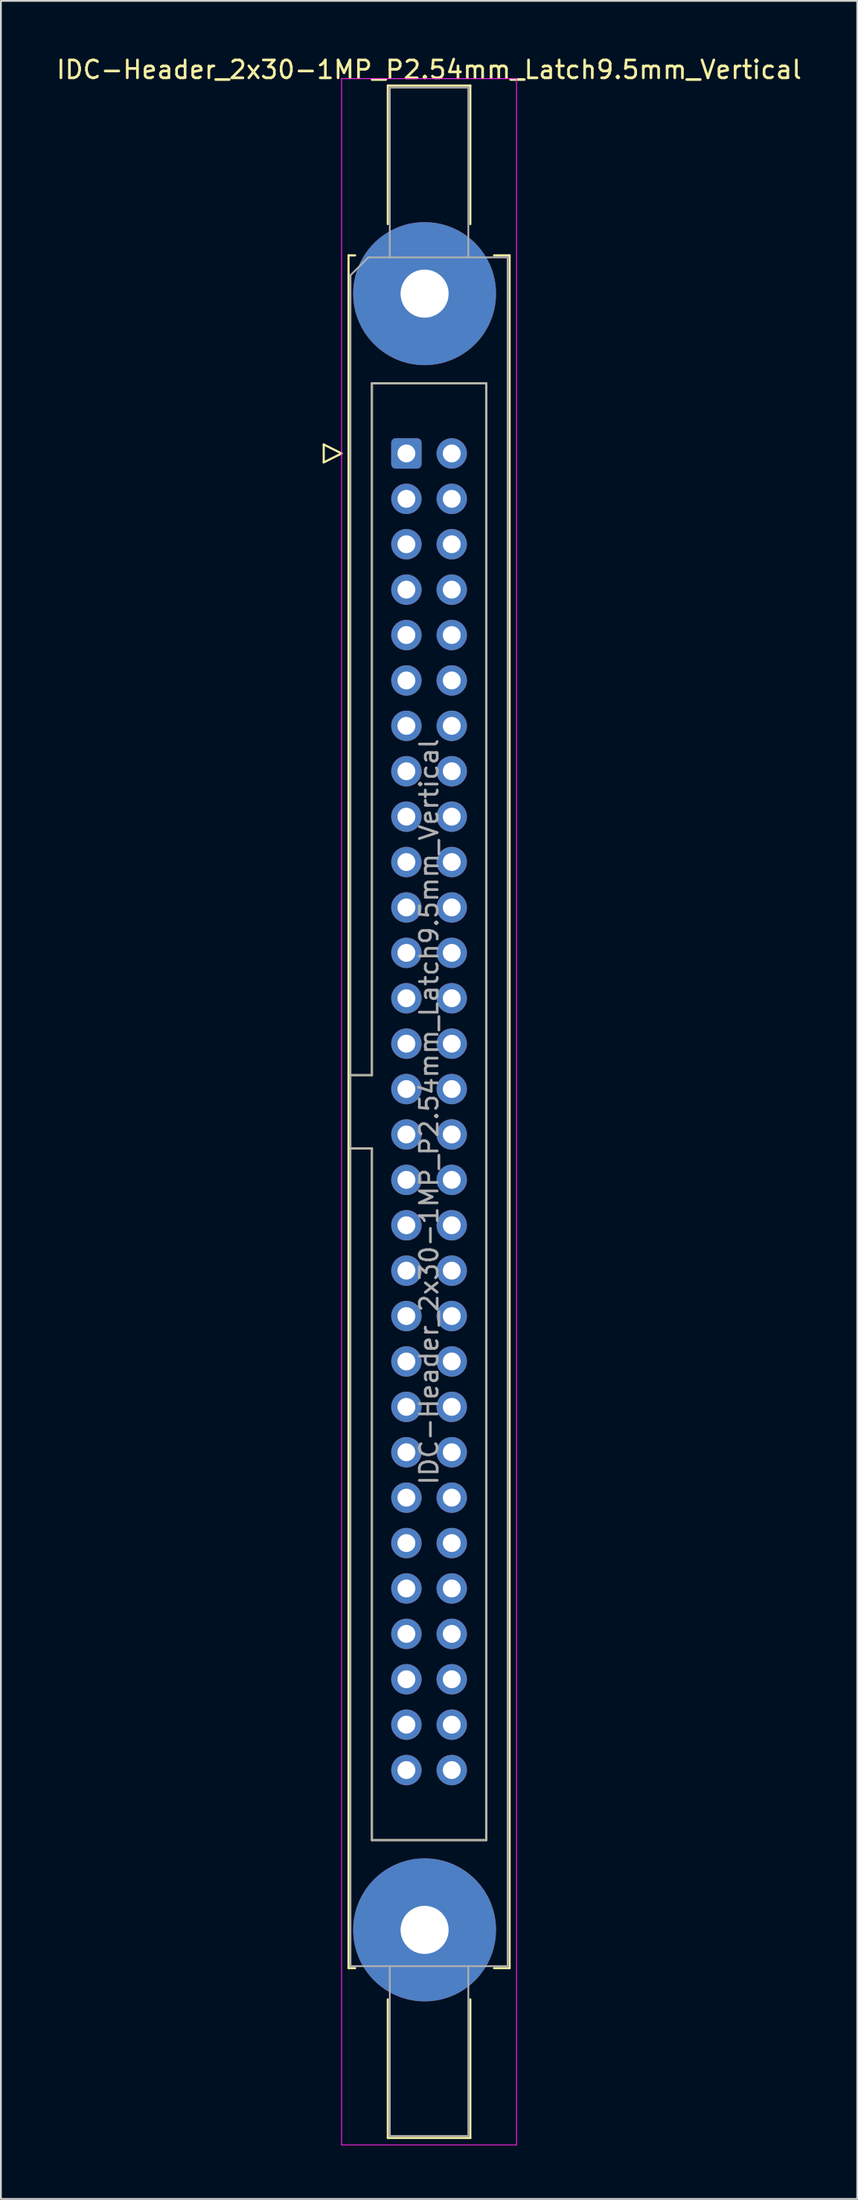
<source format=kicad_pcb>
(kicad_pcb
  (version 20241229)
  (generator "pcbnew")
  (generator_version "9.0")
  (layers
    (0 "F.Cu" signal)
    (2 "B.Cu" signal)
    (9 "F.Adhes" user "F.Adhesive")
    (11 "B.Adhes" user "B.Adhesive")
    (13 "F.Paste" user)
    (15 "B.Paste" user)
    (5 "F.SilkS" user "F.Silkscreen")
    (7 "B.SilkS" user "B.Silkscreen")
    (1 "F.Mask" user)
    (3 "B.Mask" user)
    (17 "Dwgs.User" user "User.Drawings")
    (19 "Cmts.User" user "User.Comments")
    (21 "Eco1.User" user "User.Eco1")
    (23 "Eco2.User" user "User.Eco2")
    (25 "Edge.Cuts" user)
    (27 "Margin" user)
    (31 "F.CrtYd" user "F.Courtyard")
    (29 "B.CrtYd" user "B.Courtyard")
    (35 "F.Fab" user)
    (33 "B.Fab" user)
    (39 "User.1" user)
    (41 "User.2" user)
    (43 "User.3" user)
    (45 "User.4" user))
  (footprint "IDC-Header_2x30-1MP_P2.54mm_Latch9.5mm_Vertical"
    (layer "F.Cu")
    (at 19.712 22.318)
    (property "Reference" "IDC-Header_2x30-1MP_P2.54mm_Latch9.5mm_Vertical" (at 1.27 -21.47 0) (layer "F.SilkS") (effects (font (size 1 1) (thickness 0.15))))
    (attr through_hole)
    (fp_line (start -4.63 -0.5) (end -4.63 0.5) (stroke (width 0.12) (type solid)) (layer "F.SilkS"))
    (fp_line (start -4.63 0.5) (end -3.63 0) (stroke (width 0.12) (type solid)) (layer "F.SilkS"))
    (fp_line (start -3.63 0) (end -4.63 -0.5) (stroke (width 0.12) (type solid)) (layer "F.SilkS"))
    (fp_line (start -3.24 -11.08) (end -3.24 84.74) (stroke (width 0.12) (type solid)) (layer "F.SilkS"))
    (fp_line (start -3.24 34.78) (end -1.93 34.78) (stroke (width 0.12) (type solid)) (layer "F.SilkS"))
    (fp_line (start -3.24 84.74) (end -2.87 84.74) (stroke (width 0.12) (type solid)) (layer "F.SilkS"))
    (fp_line (start -2.87 -11.08) (end -3.24 -11.08) (stroke (width 0.12) (type solid)) (layer "F.SilkS"))
    (fp_line (start -1.93 -3.92) (end 4.47 -3.92) (stroke (width 0.12) (type solid)) (layer "F.SilkS"))
    (fp_line (start -1.93 34.78) (end -1.93 -3.92) (stroke (width 0.12) (type solid)) (layer "F.SilkS"))
    (fp_line (start -1.93 38.88) (end -3.24 38.88) (stroke (width 0.12) (type solid)) (layer "F.SilkS"))
    (fp_line (start -1.93 77.58) (end -1.93 38.88) (stroke (width 0.12) (type solid)) (layer "F.SilkS"))
    (fp_line (start -1.04 -20.58) (end 3.58 -20.58) (stroke (width 0.12) (type solid)) (layer "F.SilkS"))
    (fp_line (start -1.04 -12.83) (end -1.04 -20.58) (stroke (width 0.12) (type solid)) (layer "F.SilkS"))
    (fp_line (start -1.04 86.49) (end -1.04 94.24) (stroke (width 0.12) (type solid)) (layer "F.SilkS"))
    (fp_line (start -1.04 94.24) (end 3.58 94.24) (stroke (width 0.12) (type solid)) (layer "F.SilkS"))
    (fp_line (start 3.58 -20.58) (end 3.58 -12.83) (stroke (width 0.12) (type solid)) (layer "F.SilkS"))
    (fp_line (start 3.58 94.24) (end 3.58 86.49) (stroke (width 0.12) (type solid)) (layer "F.SilkS"))
    (fp_line (start 4.47 -3.92) (end 4.47 77.58) (stroke (width 0.12) (type solid)) (layer "F.SilkS"))
    (fp_line (start 4.47 77.58) (end -1.93 77.58) (stroke (width 0.12) (type solid)) (layer "F.SilkS"))
    (fp_line (start 4.91 -11.08) (end 5.78 -11.08) (stroke (width 0.12) (type solid)) (layer "F.SilkS"))
    (fp_line (start 5.78 -11.08) (end 5.78 84.74) (stroke (width 0.12) (type solid)) (layer "F.SilkS"))
    (fp_line (start 5.78 84.74) (end 4.91 84.74) (stroke (width 0.12) (type solid)) (layer "F.SilkS"))
    (fp_line (start -3.63 -20.97) (end -3.63 94.63) (stroke (width 0.05) (type solid)) (layer "F.CrtYd"))
    (fp_line (start -3.63 94.63) (end 6.17 94.63) (stroke (width 0.05) (type solid)) (layer "F.CrtYd"))
    (fp_line (start 6.17 -20.97) (end -3.63 -20.97) (stroke (width 0.05) (type solid)) (layer "F.CrtYd"))
    (fp_line (start 6.17 94.63) (end 6.17 -20.97) (stroke (width 0.05) (type solid)) (layer "F.CrtYd"))
    (fp_line (start -3.13 -9.97) (end -2.13 -10.97) (stroke (width 0.1) (type solid)) (layer "F.Fab"))
    (fp_line (start -3.13 34.78) (end -1.93 34.78) (stroke (width 0.1) (type solid)) (layer "F.Fab"))
    (fp_line (start -3.13 84.63) (end -3.13 -9.97) (stroke (width 0.1) (type solid)) (layer "F.Fab"))
    (fp_line (start -2.13 -10.97) (end 5.67 -10.97) (stroke (width 0.1) (type solid)) (layer "F.Fab"))
    (fp_line (start -1.93 -3.92) (end 4.47 -3.92) (stroke (width 0.1) (type solid)) (layer "F.Fab"))
    (fp_line (start -1.93 34.78) (end -1.93 -3.92) (stroke (width 0.1) (type solid)) (layer "F.Fab"))
    (fp_line (start -1.93 38.88) (end -3.13 38.88) (stroke (width 0.1) (type solid)) (layer "F.Fab"))
    (fp_line (start -1.93 77.58) (end -1.93 38.88) (stroke (width 0.1) (type solid)) (layer "F.Fab"))
    (fp_line (start -0.93 -20.47) (end 3.47 -20.47) (stroke (width 0.1) (type solid)) (layer "F.Fab"))
    (fp_line (start -0.93 -10.97) (end -0.93 -20.47) (stroke (width 0.1) (type solid)) (layer "F.Fab"))
    (fp_line (start -0.93 84.63) (end -0.93 94.13) (stroke (width 0.1) (type solid)) (layer "F.Fab"))
    (fp_line (start -0.93 94.13) (end 3.47 94.13) (stroke (width 0.1) (type solid)) (layer "F.Fab"))
    (fp_line (start 3.47 -20.47) (end 3.47 -10.97) (stroke (width 0.1) (type solid)) (layer "F.Fab"))
    (fp_line (start 3.47 94.13) (end 3.47 84.63) (stroke (width 0.1) (type solid)) (layer "F.Fab"))
    (fp_line (start 4.47 -3.92) (end 4.47 77.58) (stroke (width 0.1) (type solid)) (layer "F.Fab"))
    (fp_line (start 4.47 77.58) (end -1.93 77.58) (stroke (width 0.1) (type solid)) (layer "F.Fab"))
    (fp_line (start 5.67 -10.97) (end 5.67 84.63) (stroke (width 0.1) (type solid)) (layer "F.Fab"))
    (fp_line (start 5.67 84.63) (end -3.13 84.63) (stroke (width 0.1) (type solid)) (layer "F.Fab"))
    (fp_text user "${REFERENCE}" (at 1.27 36.83 90) (layer "F.Fab") (effects (font (size 1 1) (thickness 0.15))))
    (pad "1" thru_hole roundrect (at 0 0) (size 1.7 1.7) (drill 1) (layers "*.Cu" "*.Mask") (roundrect_rratio 0.147))
    (pad "2" thru_hole circle (at 2.54 0) (size 1.7 1.7) (drill 1) (layers "*.Cu" "*.Mask"))
    (pad "3" thru_hole circle (at 0 2.54) (size 1.7 1.7) (drill 1) (layers "*.Cu" "*.Mask"))
    (pad "4" thru_hole circle (at 2.54 2.54) (size 1.7 1.7) (drill 1) (layers "*.Cu" "*.Mask"))
    (pad "5" thru_hole circle (at 0 5.08) (size 1.7 1.7) (drill 1) (layers "*.Cu" "*.Mask"))
    (pad "6" thru_hole circle (at 2.54 5.08) (size 1.7 1.7) (drill 1) (layers "*.Cu" "*.Mask"))
    (pad "7" thru_hole circle (at 0 7.62) (size 1.7 1.7) (drill 1) (layers "*.Cu" "*.Mask"))
    (pad "8" thru_hole circle (at 2.54 7.62) (size 1.7 1.7) (drill 1) (layers "*.Cu" "*.Mask"))
    (pad "9" thru_hole circle (at 0 10.16) (size 1.7 1.7) (drill 1) (layers "*.Cu" "*.Mask"))
    (pad "10" thru_hole circle (at 2.54 10.16) (size 1.7 1.7) (drill 1) (layers "*.Cu" "*.Mask"))
    (pad "11" thru_hole circle (at 0 12.7) (size 1.7 1.7) (drill 1) (layers "*.Cu" "*.Mask"))
    (pad "12" thru_hole circle (at 2.54 12.7) (size 1.7 1.7) (drill 1) (layers "*.Cu" "*.Mask"))
    (pad "13" thru_hole circle (at 0 15.24) (size 1.7 1.7) (drill 1) (layers "*.Cu" "*.Mask"))
    (pad "14" thru_hole circle (at 2.54 15.24) (size 1.7 1.7) (drill 1) (layers "*.Cu" "*.Mask"))
    (pad "15" thru_hole circle (at 0 17.78) (size 1.7 1.7) (drill 1) (layers "*.Cu" "*.Mask"))
    (pad "16" thru_hole circle (at 2.54 17.78) (size 1.7 1.7) (drill 1) (layers "*.Cu" "*.Mask"))
    (pad "17" thru_hole circle (at 0 20.32) (size 1.7 1.7) (drill 1) (layers "*.Cu" "*.Mask"))
    (pad "18" thru_hole circle (at 2.54 20.32) (size 1.7 1.7) (drill 1) (layers "*.Cu" "*.Mask"))
    (pad "19" thru_hole circle (at 0 22.86) (size 1.7 1.7) (drill 1) (layers "*.Cu" "*.Mask"))
    (pad "20" thru_hole circle (at 2.54 22.86) (size 1.7 1.7) (drill 1) (layers "*.Cu" "*.Mask"))
    (pad "21" thru_hole circle (at 0 25.4) (size 1.7 1.7) (drill 1) (layers "*.Cu" "*.Mask"))
    (pad "22" thru_hole circle (at 2.54 25.4) (size 1.7 1.7) (drill 1) (layers "*.Cu" "*.Mask"))
    (pad "23" thru_hole circle (at 0 27.94) (size 1.7 1.7) (drill 1) (layers "*.Cu" "*.Mask"))
    (pad "24" thru_hole circle (at 2.54 27.94) (size 1.7 1.7) (drill 1) (layers "*.Cu" "*.Mask"))
    (pad "25" thru_hole circle (at 0 30.48) (size 1.7 1.7) (drill 1) (layers "*.Cu" "*.Mask"))
    (pad "26" thru_hole circle (at 2.54 30.48) (size 1.7 1.7) (drill 1) (layers "*.Cu" "*.Mask"))
    (pad "27" thru_hole circle (at 0 33.02) (size 1.7 1.7) (drill 1) (layers "*.Cu" "*.Mask"))
    (pad "28" thru_hole circle (at 2.54 33.02) (size 1.7 1.7) (drill 1) (layers "*.Cu" "*.Mask"))
    (pad "29" thru_hole circle (at 0 35.56) (size 1.7 1.7) (drill 1) (layers "*.Cu" "*.Mask"))
    (pad "30" thru_hole circle (at 2.54 35.56) (size 1.7 1.7) (drill 1) (layers "*.Cu" "*.Mask"))
    (pad "31" thru_hole circle (at 0 38.1) (size 1.7 1.7) (drill 1) (layers "*.Cu" "*.Mask"))
    (pad "32" thru_hole circle (at 2.54 38.1) (size 1.7 1.7) (drill 1) (layers "*.Cu" "*.Mask"))
    (pad "33" thru_hole circle (at 0 40.64) (size 1.7 1.7) (drill 1) (layers "*.Cu" "*.Mask"))
    (pad "34" thru_hole circle (at 2.54 40.64) (size 1.7 1.7) (drill 1) (layers "*.Cu" "*.Mask"))
    (pad "35" thru_hole circle (at 0 43.18) (size 1.7 1.7) (drill 1) (layers "*.Cu" "*.Mask"))
    (pad "36" thru_hole circle (at 2.54 43.18) (size 1.7 1.7) (drill 1) (layers "*.Cu" "*.Mask"))
    (pad "37" thru_hole circle (at 0 45.72) (size 1.7 1.7) (drill 1) (layers "*.Cu" "*.Mask"))
    (pad "38" thru_hole circle (at 2.54 45.72) (size 1.7 1.7) (drill 1) (layers "*.Cu" "*.Mask"))
    (pad "39" thru_hole circle (at 0 48.26) (size 1.7 1.7) (drill 1) (layers "*.Cu" "*.Mask"))
    (pad "40" thru_hole circle (at 2.54 48.26) (size 1.7 1.7) (drill 1) (layers "*.Cu" "*.Mask"))
    (pad "41" thru_hole circle (at 0 50.8) (size 1.7 1.7) (drill 1) (layers "*.Cu" "*.Mask"))
    (pad "42" thru_hole circle (at 2.54 50.8) (size 1.7 1.7) (drill 1) (layers "*.Cu" "*.Mask"))
    (pad "43" thru_hole circle (at 0 53.34) (size 1.7 1.7) (drill 1) (layers "*.Cu" "*.Mask"))
    (pad "44" thru_hole circle (at 2.54 53.34) (size 1.7 1.7) (drill 1) (layers "*.Cu" "*.Mask"))
    (pad "45" thru_hole circle (at 0 55.88) (size 1.7 1.7) (drill 1) (layers "*.Cu" "*.Mask"))
    (pad "46" thru_hole circle (at 2.54 55.88) (size 1.7 1.7) (drill 1) (layers "*.Cu" "*.Mask"))
    (pad "47" thru_hole circle (at 0 58.42) (size 1.7 1.7) (drill 1) (layers "*.Cu" "*.Mask"))
    (pad "48" thru_hole circle (at 2.54 58.42) (size 1.7 1.7) (drill 1) (layers "*.Cu" "*.Mask"))
    (pad "49" thru_hole circle (at 0 60.96) (size 1.7 1.7) (drill 1) (layers "*.Cu" "*.Mask"))
    (pad "50" thru_hole circle (at 2.54 60.96) (size 1.7 1.7) (drill 1) (layers "*.Cu" "*.Mask"))
    (pad "51" thru_hole circle (at 0 63.5) (size 1.7 1.7) (drill 1) (layers "*.Cu" "*.Mask"))
    (pad "52" thru_hole circle (at 2.54 63.5) (size 1.7 1.7) (drill 1) (layers "*.Cu" "*.Mask"))
    (pad "53" thru_hole circle (at 0 66.04) (size 1.7 1.7) (drill 1) (layers "*.Cu" "*.Mask"))
    (pad "54" thru_hole circle (at 2.54 66.04) (size 1.7 1.7) (drill 1) (layers "*.Cu" "*.Mask"))
    (pad "55" thru_hole circle (at 0 68.58) (size 1.7 1.7) (drill 1) (layers "*.Cu" "*.Mask"))
    (pad "56" thru_hole circle (at 2.54 68.58) (size 1.7 1.7) (drill 1) (layers "*.Cu" "*.Mask"))
    (pad "57" thru_hole circle (at 0 71.12) (size 1.7 1.7) (drill 1) (layers "*.Cu" "*.Mask"))
    (pad "58" thru_hole circle (at 2.54 71.12) (size 1.7 1.7) (drill 1) (layers "*.Cu" "*.Mask"))
    (pad "59" thru_hole circle (at 0 73.66) (size 1.7 1.7) (drill 1) (layers "*.Cu" "*.Mask"))
    (pad "60" thru_hole circle (at 2.54 73.66) (size 1.7 1.7) (drill 1) (layers "*.Cu" "*.Mask"))
    (pad "MP" thru_hole circle (at 1.02 -8.94) (size 8 8) (drill 2.69) (layers "*.Cu" "*.Mask"))
    (pad "MP" thru_hole circle (at 1.02 82.6) (size 8 8) (drill 2.69) (layers "*.Cu" "*.Mask")))
  (gr_rect
    (start -3 -3)
    (end 44.964 119.973)
    (stroke (width 0.1) (type default))
    (fill no)
    (layer "Edge.Cuts")))
</source>
